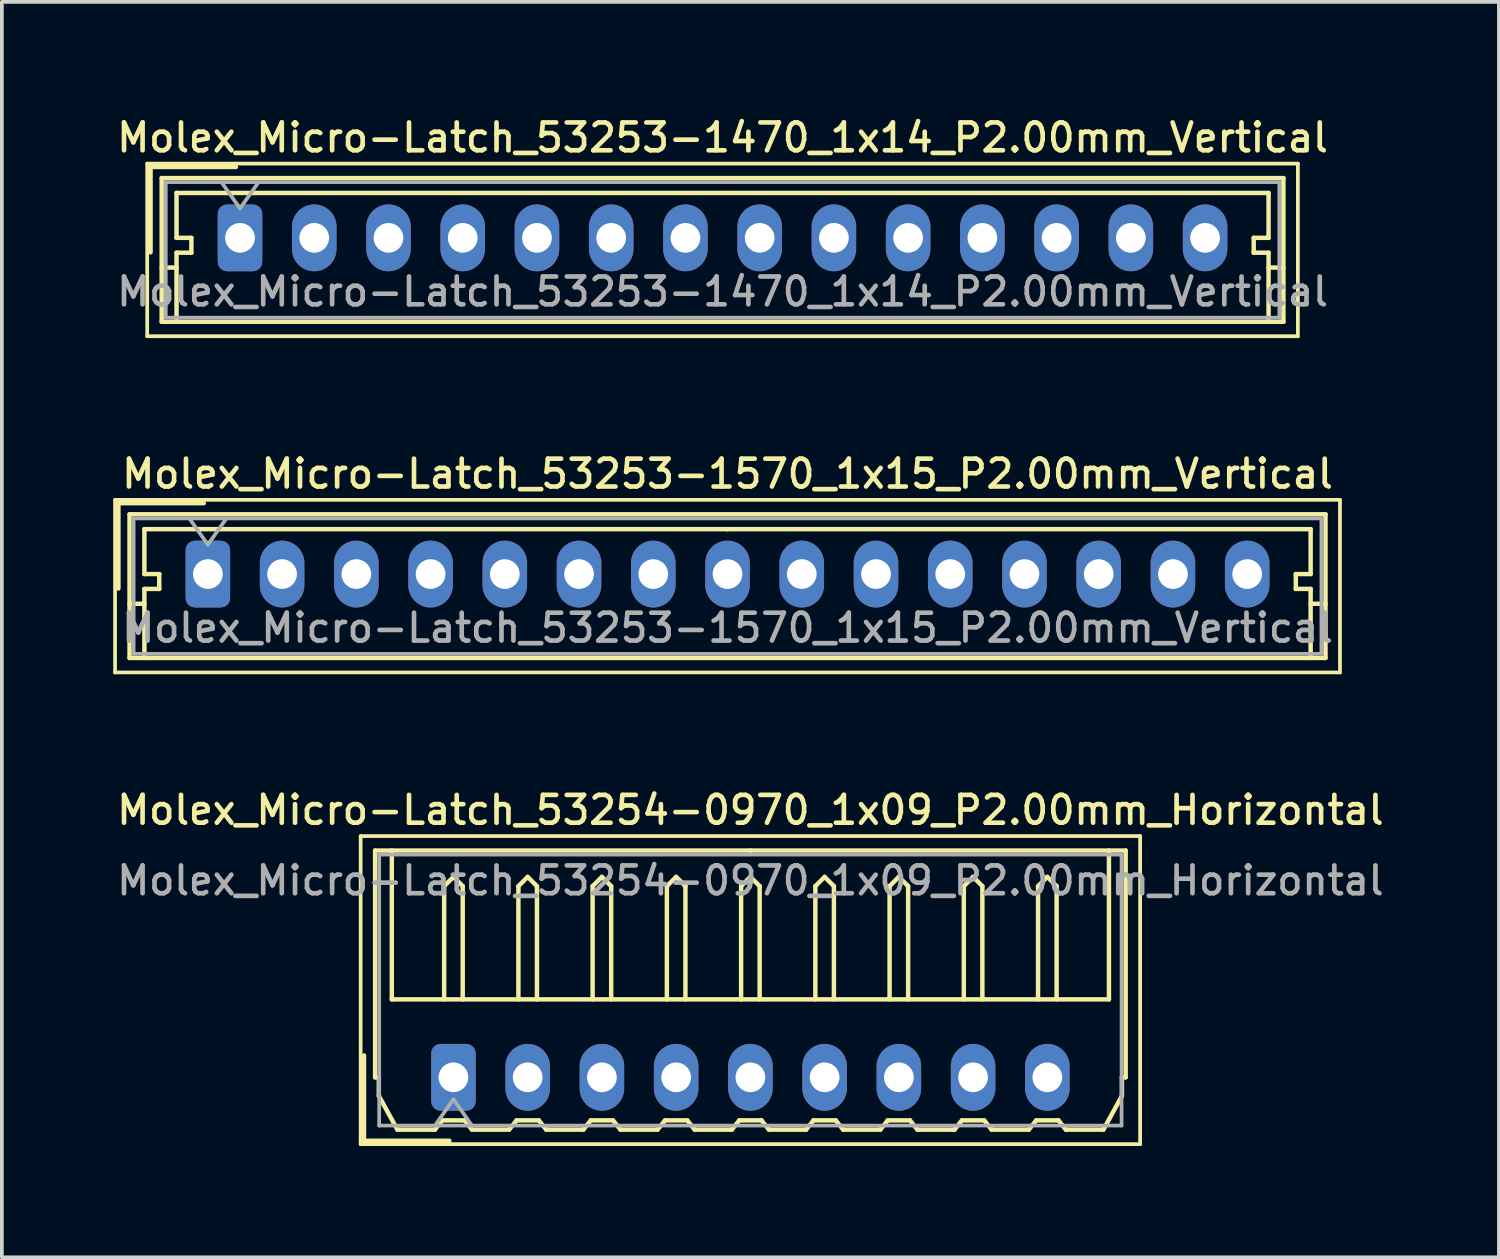
<source format=kicad_pcb>
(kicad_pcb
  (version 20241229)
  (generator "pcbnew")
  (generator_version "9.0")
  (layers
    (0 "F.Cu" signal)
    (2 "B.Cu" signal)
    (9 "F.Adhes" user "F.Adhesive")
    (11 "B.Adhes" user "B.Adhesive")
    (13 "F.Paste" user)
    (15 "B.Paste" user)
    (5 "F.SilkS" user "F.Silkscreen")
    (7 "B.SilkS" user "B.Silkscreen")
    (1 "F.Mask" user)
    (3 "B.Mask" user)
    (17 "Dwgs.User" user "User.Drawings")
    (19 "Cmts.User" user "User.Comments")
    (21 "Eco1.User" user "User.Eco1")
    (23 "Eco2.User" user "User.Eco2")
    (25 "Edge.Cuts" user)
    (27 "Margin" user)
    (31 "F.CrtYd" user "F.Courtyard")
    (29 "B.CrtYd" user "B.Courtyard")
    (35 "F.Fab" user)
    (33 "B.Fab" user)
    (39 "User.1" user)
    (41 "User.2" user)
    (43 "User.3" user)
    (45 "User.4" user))
  (footprint "Molex_Micro-Latch_53253-1470_1x14_P2.00mm_Vertical"
    (layer "F.Cu")
    (at 3.416 3.358)
    (property "Reference" "Molex_Micro-Latch_53253-1470_1x14_P2.00mm_Vertical" (at 13 -2.7 0) (layer "F.SilkS") (effects (font (size 0.75 0.75) (thickness 0.125))))
    (attr through_hole)
    (fp_line (start -2.5 -2) (end -2.5 2.65) (stroke (width 0.1) (type solid)) (layer "F.SilkS"))
    (fp_line (start -2.5 2.65) (end 28.5 2.65) (stroke (width 0.1) (type solid)) (layer "F.SilkS"))
    (fp_line (start -2.41 -1.91) (end -2.41 0.39) (stroke (width 0.12) (type solid)) (layer "F.SilkS"))
    (fp_line (start -2.11 -1.61) (end -2.11 2.26) (stroke (width 0.12) (type solid)) (layer "F.SilkS"))
    (fp_line (start -2.11 0.8) (end -1.71 0.8) (stroke (width 0.12) (type solid)) (layer "F.SilkS"))
    (fp_line (start -2.11 2.26) (end 28.11 2.26) (stroke (width 0.12) (type solid)) (layer "F.SilkS"))
    (fp_line (start -1.71 -1.21) (end -1.71 0) (stroke (width 0.12) (type solid)) (layer "F.SilkS"))
    (fp_line (start -1.71 0) (end -1.31 0) (stroke (width 0.12) (type solid)) (layer "F.SilkS"))
    (fp_line (start -1.71 0.4) (end -1.71 2.26) (stroke (width 0.12) (type solid)) (layer "F.SilkS"))
    (fp_line (start -1.31 0) (end -1.31 0.4) (stroke (width 0.12) (type solid)) (layer "F.SilkS"))
    (fp_line (start -1.31 0.4) (end -1.71 0.4) (stroke (width 0.12) (type solid)) (layer "F.SilkS"))
    (fp_line (start -0.11 -1.91) (end -2.41 -1.91) (stroke (width 0.12) (type solid)) (layer "F.SilkS"))
    (fp_line (start 13 -1.21) (end -1.71 -1.21) (stroke (width 0.12) (type solid)) (layer "F.SilkS"))
    (fp_line (start 13 -1.21) (end 27.71 -1.21) (stroke (width 0.12) (type solid)) (layer "F.SilkS"))
    (fp_line (start 27.31 0) (end 27.31 0.4) (stroke (width 0.12) (type solid)) (layer "F.SilkS"))
    (fp_line (start 27.31 0.4) (end 27.71 0.4) (stroke (width 0.12) (type solid)) (layer "F.SilkS"))
    (fp_line (start 27.71 -1.21) (end 27.71 0) (stroke (width 0.12) (type solid)) (layer "F.SilkS"))
    (fp_line (start 27.71 0) (end 27.31 0) (stroke (width 0.12) (type solid)) (layer "F.SilkS"))
    (fp_line (start 27.71 0.4) (end 27.71 2.26) (stroke (width 0.12) (type solid)) (layer "F.SilkS"))
    (fp_line (start 28.11 -1.61) (end -2.11 -1.61) (stroke (width 0.12) (type solid)) (layer "F.SilkS"))
    (fp_line (start 28.11 0.8) (end 27.71 0.8) (stroke (width 0.12) (type solid)) (layer "F.SilkS"))
    (fp_line (start 28.11 2.26) (end 28.11 -1.61) (stroke (width 0.12) (type solid)) (layer "F.SilkS"))
    (fp_line (start 28.5 -2) (end -2.5 -2) (stroke (width 0.1) (type solid)) (layer "F.SilkS"))
    (fp_line (start 28.5 2.65) (end 28.5 -2) (stroke (width 0.1) (type solid)) (layer "F.SilkS"))
    (fp_line (start -2 -1.5) (end -2 2.15) (stroke (width 0.1) (type solid)) (layer "F.Fab"))
    (fp_line (start -2 2.15) (end 28 2.15) (stroke (width 0.1) (type solid)) (layer "F.Fab"))
    (fp_line (start -0.5 -1.5) (end 0 -0.793) (stroke (width 0.1) (type solid)) (layer "F.Fab"))
    (fp_line (start 0 -0.793) (end 0.5 -1.5) (stroke (width 0.1) (type solid)) (layer "F.Fab"))
    (fp_line (start 28 -1.5) (end -2 -1.5) (stroke (width 0.1) (type solid)) (layer "F.Fab"))
    (fp_line (start 28 2.15) (end 28 -1.5) (stroke (width 0.1) (type solid)) (layer "F.Fab"))
    (fp_text user "${REFERENCE}" (at 13 1.45 0) (layer "F.Fab") (effects (font (size 0.75 0.75) (thickness 0.125))))
    (pad "1" thru_hole roundrect (at 0 0) (size 1.2 1.8) (drill 0.8) (layers "*.Cu" "*.Mask") (roundrect_rratio 0.208))
    (pad "2" thru_hole oval (at 2 0) (size 1.2 1.8) (drill 0.8) (layers "*.Cu" "*.Mask"))
    (pad "3" thru_hole oval (at 4 0) (size 1.2 1.8) (drill 0.8) (layers "*.Cu" "*.Mask"))
    (pad "4" thru_hole oval (at 6 0) (size 1.2 1.8) (drill 0.8) (layers "*.Cu" "*.Mask"))
    (pad "5" thru_hole oval (at 8 0) (size 1.2 1.8) (drill 0.8) (layers "*.Cu" "*.Mask"))
    (pad "6" thru_hole oval (at 10 0) (size 1.2 1.8) (drill 0.8) (layers "*.Cu" "*.Mask"))
    (pad "7" thru_hole oval (at 12 0) (size 1.2 1.8) (drill 0.8) (layers "*.Cu" "*.Mask"))
    (pad "8" thru_hole oval (at 14 0) (size 1.2 1.8) (drill 0.8) (layers "*.Cu" "*.Mask"))
    (pad "9" thru_hole oval (at 16 0) (size 1.2 1.8) (drill 0.8) (layers "*.Cu" "*.Mask"))
    (pad "10" thru_hole oval (at 18 0) (size 1.2 1.8) (drill 0.8) (layers "*.Cu" "*.Mask"))
    (pad "11" thru_hole oval (at 20 0) (size 1.2 1.8) (drill 0.8) (layers "*.Cu" "*.Mask"))
    (pad "12" thru_hole oval (at 22 0) (size 1.2 1.8) (drill 0.8) (layers "*.Cu" "*.Mask"))
    (pad "13" thru_hole oval (at 24 0) (size 1.2 1.8) (drill 0.8) (layers "*.Cu" "*.Mask"))
    (pad "14" thru_hole oval (at 26 0) (size 1.2 1.8) (drill 0.8) (layers "*.Cu" "*.Mask")))
  (footprint "Molex_Micro-Latch_53254-0970_1x09_P2.00mm_Horizontal"
    (layer "F.Cu")
    (at 9.166 25.974)
    (property "Reference" "Molex_Micro-Latch_53254-0970_1x09_P2.00mm_Horizontal" (at 8 -7.2 0) (layer "F.SilkS") (effects (font (size 0.75 0.75) (thickness 0.125))))
    (attr through_hole)
    (fp_line (start -2.5 -6.5) (end -2.5 1.8) (stroke (width 0.1) (type solid)) (layer "F.SilkS"))
    (fp_line (start -2.5 1.8) (end 18.5 1.8) (stroke (width 0.1) (type solid)) (layer "F.SilkS"))
    (fp_line (start -2.41 1.71) (end -2.41 -0.59) (stroke (width 0.12) (type solid)) (layer "F.SilkS"))
    (fp_line (start -2.11 -6.11) (end 8 -6.11) (stroke (width 0.12) (type solid)) (layer "F.SilkS"))
    (fp_line (start -2.11 0) (end -2.11 -6.11) (stroke (width 0.12) (type solid)) (layer "F.SilkS"))
    (fp_line (start -2.01 0) (end -2.11 0) (stroke (width 0.12) (type solid)) (layer "F.SilkS"))
    (fp_line (start -2.01 0.5) (end -2.01 0) (stroke (width 0.12) (type solid)) (layer "F.SilkS"))
    (fp_line (start -1.66 -6.11) (end -1.66 -2.1) (stroke (width 0.12) (type solid)) (layer "F.SilkS"))
    (fp_line (start -1.66 -2.1) (end 17.66 -2.1) (stroke (width 0.12) (type solid)) (layer "F.SilkS"))
    (fp_line (start -1.51 1.41) (end -2.01 0.5) (stroke (width 0.12) (type solid)) (layer "F.SilkS"))
    (fp_line (start -0.5 1.41) (end -1.51 1.41) (stroke (width 0.12) (type solid)) (layer "F.SilkS"))
    (fp_line (start -0.3 1.16) (end -0.5 1.41) (stroke (width 0.12) (type solid)) (layer "F.SilkS"))
    (fp_line (start -0.3 1.16) (end 0.3 1.16) (stroke (width 0.12) (type solid)) (layer "F.SilkS"))
    (fp_line (start -0.25 -5.15) (end 0 -5.4) (stroke (width 0.12) (type solid)) (layer "F.SilkS"))
    (fp_line (start -0.25 -2.1) (end -0.25 -5.15) (stroke (width 0.12) (type solid)) (layer "F.SilkS"))
    (fp_line (start -0.11 1.71) (end -2.41 1.71) (stroke (width 0.12) (type solid)) (layer "F.SilkS"))
    (fp_line (start 0 -5.4) (end 0.25 -5.15) (stroke (width 0.12) (type solid)) (layer "F.SilkS"))
    (fp_line (start 0.25 -5.15) (end 0.25 -2.1) (stroke (width 0.12) (type solid)) (layer "F.SilkS"))
    (fp_line (start 0.3 1.16) (end 0.5 1.41) (stroke (width 0.12) (type solid)) (layer "F.SilkS"))
    (fp_line (start 0.5 1.41) (end 1.5 1.41) (stroke (width 0.12) (type solid)) (layer "F.SilkS"))
    (fp_line (start 1.5 1.41) (end 1.7 1.16) (stroke (width 0.12) (type solid)) (layer "F.SilkS"))
    (fp_line (start 1.7 1.16) (end 2.3 1.16) (stroke (width 0.12) (type solid)) (layer "F.SilkS"))
    (fp_line (start 1.75 -5.15) (end 2 -5.4) (stroke (width 0.12) (type solid)) (layer "F.SilkS"))
    (fp_line (start 1.75 -2.1) (end 1.75 -5.15) (stroke (width 0.12) (type solid)) (layer "F.SilkS"))
    (fp_line (start 2 -5.4) (end 2.25 -5.15) (stroke (width 0.12) (type solid)) (layer "F.SilkS"))
    (fp_line (start 2.25 -5.15) (end 2.25 -2.1) (stroke (width 0.12) (type solid)) (layer "F.SilkS"))
    (fp_line (start 2.3 1.16) (end 2.5 1.41) (stroke (width 0.12) (type solid)) (layer "F.SilkS"))
    (fp_line (start 2.5 1.41) (end 3.5 1.41) (stroke (width 0.12) (type solid)) (layer "F.SilkS"))
    (fp_line (start 3.5 1.41) (end 3.7 1.16) (stroke (width 0.12) (type solid)) (layer "F.SilkS"))
    (fp_line (start 3.7 1.16) (end 4.3 1.16) (stroke (width 0.12) (type solid)) (layer "F.SilkS"))
    (fp_line (start 3.75 -5.15) (end 4 -5.4) (stroke (width 0.12) (type solid)) (layer "F.SilkS"))
    (fp_line (start 3.75 -2.1) (end 3.75 -5.15) (stroke (width 0.12) (type solid)) (layer "F.SilkS"))
    (fp_line (start 4 -5.4) (end 4.25 -5.15) (stroke (width 0.12) (type solid)) (layer "F.SilkS"))
    (fp_line (start 4.25 -5.15) (end 4.25 -2.1) (stroke (width 0.12) (type solid)) (layer "F.SilkS"))
    (fp_line (start 4.3 1.16) (end 4.5 1.41) (stroke (width 0.12) (type solid)) (layer "F.SilkS"))
    (fp_line (start 4.5 1.41) (end 5.5 1.41) (stroke (width 0.12) (type solid)) (layer "F.SilkS"))
    (fp_line (start 5.5 1.41) (end 5.7 1.16) (stroke (width 0.12) (type solid)) (layer "F.SilkS"))
    (fp_line (start 5.7 1.16) (end 6.3 1.16) (stroke (width 0.12) (type solid)) (layer "F.SilkS"))
    (fp_line (start 5.75 -5.15) (end 6 -5.4) (stroke (width 0.12) (type solid)) (layer "F.SilkS"))
    (fp_line (start 5.75 -2.1) (end 5.75 -5.15) (stroke (width 0.12) (type solid)) (layer "F.SilkS"))
    (fp_line (start 6 -5.4) (end 6.25 -5.15) (stroke (width 0.12) (type solid)) (layer "F.SilkS"))
    (fp_line (start 6.25 -5.15) (end 6.25 -2.1) (stroke (width 0.12) (type solid)) (layer "F.SilkS"))
    (fp_line (start 6.3 1.16) (end 6.5 1.41) (stroke (width 0.12) (type solid)) (layer "F.SilkS"))
    (fp_line (start 6.5 1.41) (end 7.5 1.41) (stroke (width 0.12) (type solid)) (layer "F.SilkS"))
    (fp_line (start 7.5 1.41) (end 7.7 1.16) (stroke (width 0.12) (type solid)) (layer "F.SilkS"))
    (fp_line (start 7.7 1.16) (end 8.3 1.16) (stroke (width 0.12) (type solid)) (layer "F.SilkS"))
    (fp_line (start 7.75 -5.15) (end 8 -5.4) (stroke (width 0.12) (type solid)) (layer "F.SilkS"))
    (fp_line (start 7.75 -2.1) (end 7.75 -5.15) (stroke (width 0.12) (type solid)) (layer "F.SilkS"))
    (fp_line (start 8 -5.4) (end 8.25 -5.15) (stroke (width 0.12) (type solid)) (layer "F.SilkS"))
    (fp_line (start 8.25 -5.15) (end 8.25 -2.1) (stroke (width 0.12) (type solid)) (layer "F.SilkS"))
    (fp_line (start 8.3 1.16) (end 8.5 1.41) (stroke (width 0.12) (type solid)) (layer "F.SilkS"))
    (fp_line (start 8.5 1.41) (end 9.5 1.41) (stroke (width 0.12) (type solid)) (layer "F.SilkS"))
    (fp_line (start 9.5 1.41) (end 9.7 1.16) (stroke (width 0.12) (type solid)) (layer "F.SilkS"))
    (fp_line (start 9.7 1.16) (end 10.3 1.16) (stroke (width 0.12) (type solid)) (layer "F.SilkS"))
    (fp_line (start 9.75 -5.15) (end 10 -5.4) (stroke (width 0.12) (type solid)) (layer "F.SilkS"))
    (fp_line (start 9.75 -2.1) (end 9.75 -5.15) (stroke (width 0.12) (type solid)) (layer "F.SilkS"))
    (fp_line (start 10 -5.4) (end 10.25 -5.15) (stroke (width 0.12) (type solid)) (layer "F.SilkS"))
    (fp_line (start 10.25 -5.15) (end 10.25 -2.1) (stroke (width 0.12) (type solid)) (layer "F.SilkS"))
    (fp_line (start 10.3 1.16) (end 10.5 1.41) (stroke (width 0.12) (type solid)) (layer "F.SilkS"))
    (fp_line (start 10.5 1.41) (end 11.5 1.41) (stroke (width 0.12) (type solid)) (layer "F.SilkS"))
    (fp_line (start 11.5 1.41) (end 11.7 1.16) (stroke (width 0.12) (type solid)) (layer "F.SilkS"))
    (fp_line (start 11.7 1.16) (end 12.3 1.16) (stroke (width 0.12) (type solid)) (layer "F.SilkS"))
    (fp_line (start 11.75 -5.15) (end 12 -5.4) (stroke (width 0.12) (type solid)) (layer "F.SilkS"))
    (fp_line (start 11.75 -2.1) (end 11.75 -5.15) (stroke (width 0.12) (type solid)) (layer "F.SilkS"))
    (fp_line (start 12 -5.4) (end 12.25 -5.15) (stroke (width 0.12) (type solid)) (layer "F.SilkS"))
    (fp_line (start 12.25 -5.15) (end 12.25 -2.1) (stroke (width 0.12) (type solid)) (layer "F.SilkS"))
    (fp_line (start 12.3 1.16) (end 12.5 1.41) (stroke (width 0.12) (type solid)) (layer "F.SilkS"))
    (fp_line (start 12.5 1.41) (end 13.5 1.41) (stroke (width 0.12) (type solid)) (layer "F.SilkS"))
    (fp_line (start 13.5 1.41) (end 13.7 1.16) (stroke (width 0.12) (type solid)) (layer "F.SilkS"))
    (fp_line (start 13.7 1.16) (end 14.3 1.16) (stroke (width 0.12) (type solid)) (layer "F.SilkS"))
    (fp_line (start 13.75 -5.15) (end 14 -5.4) (stroke (width 0.12) (type solid)) (layer "F.SilkS"))
    (fp_line (start 13.75 -2.1) (end 13.75 -5.15) (stroke (width 0.12) (type solid)) (layer "F.SilkS"))
    (fp_line (start 14 -5.4) (end 14.25 -5.15) (stroke (width 0.12) (type solid)) (layer "F.SilkS"))
    (fp_line (start 14.25 -5.15) (end 14.25 -2.1) (stroke (width 0.12) (type solid)) (layer "F.SilkS"))
    (fp_line (start 14.3 1.16) (end 14.5 1.41) (stroke (width 0.12) (type solid)) (layer "F.SilkS"))
    (fp_line (start 14.5 1.41) (end 15.5 1.41) (stroke (width 0.12) (type solid)) (layer "F.SilkS"))
    (fp_line (start 15.5 1.41) (end 15.7 1.16) (stroke (width 0.12) (type solid)) (layer "F.SilkS"))
    (fp_line (start 15.7 1.16) (end 16.3 1.16) (stroke (width 0.12) (type solid)) (layer "F.SilkS"))
    (fp_line (start 15.75 -5.15) (end 16 -5.4) (stroke (width 0.12) (type solid)) (layer "F.SilkS"))
    (fp_line (start 15.75 -2.1) (end 15.75 -5.15) (stroke (width 0.12) (type solid)) (layer "F.SilkS"))
    (fp_line (start 16 -5.4) (end 16.25 -5.15) (stroke (width 0.12) (type solid)) (layer "F.SilkS"))
    (fp_line (start 16.25 -5.15) (end 16.25 -2.1) (stroke (width 0.12) (type solid)) (layer "F.SilkS"))
    (fp_line (start 16.3 1.16) (end 16.5 1.41) (stroke (width 0.12) (type solid)) (layer "F.SilkS"))
    (fp_line (start 16.5 1.41) (end 17.51 1.41) (stroke (width 0.12) (type solid)) (layer "F.SilkS"))
    (fp_line (start 17.51 1.41) (end 18.01 0.5) (stroke (width 0.12) (type solid)) (layer "F.SilkS"))
    (fp_line (start 17.66 -2.1) (end 17.66 -6.11) (stroke (width 0.12) (type solid)) (layer "F.SilkS"))
    (fp_line (start 18.01 0) (end 18.11 0) (stroke (width 0.12) (type solid)) (layer "F.SilkS"))
    (fp_line (start 18.01 0.5) (end 18.01 0) (stroke (width 0.12) (type solid)) (layer "F.SilkS"))
    (fp_line (start 18.11 -6.11) (end 8 -6.11) (stroke (width 0.12) (type solid)) (layer "F.SilkS"))
    (fp_line (start 18.11 0) (end 18.11 -6.11) (stroke (width 0.12) (type solid)) (layer "F.SilkS"))
    (fp_line (start 18.5 -6.5) (end -2.5 -6.5) (stroke (width 0.1) (type solid)) (layer "F.SilkS"))
    (fp_line (start 18.5 1.8) (end 18.5 -6.5) (stroke (width 0.1) (type solid)) (layer "F.SilkS"))
    (fp_line (start -2 -6) (end -2 1.3) (stroke (width 0.1) (type solid)) (layer "F.Fab"))
    (fp_line (start -2 1.3) (end 18 1.3) (stroke (width 0.1) (type solid)) (layer "F.Fab"))
    (fp_line (start -0.5 1.3) (end 0 0.593) (stroke (width 0.1) (type solid)) (layer "F.Fab"))
    (fp_line (start 0 0.593) (end 0.5 1.3) (stroke (width 0.1) (type solid)) (layer "F.Fab"))
    (fp_line (start 18 -6) (end -2 -6) (stroke (width 0.1) (type solid)) (layer "F.Fab"))
    (fp_line (start 18 1.3) (end 18 -6) (stroke (width 0.1) (type solid)) (layer "F.Fab"))
    (fp_text user "${REFERENCE}" (at 8 -5.3 0) (layer "F.Fab") (effects (font (size 0.75 0.75) (thickness 0.125))))
    (pad "1" thru_hole roundrect (at 0 0) (size 1.2 1.8) (drill 0.8) (layers "*.Cu" "*.Mask") (roundrect_rratio 0.208))
    (pad "2" thru_hole oval (at 2 0) (size 1.2 1.8) (drill 0.8) (layers "*.Cu" "*.Mask"))
    (pad "3" thru_hole oval (at 4 0) (size 1.2 1.8) (drill 0.8) (layers "*.Cu" "*.Mask"))
    (pad "4" thru_hole oval (at 6 0) (size 1.2 1.8) (drill 0.8) (layers "*.Cu" "*.Mask"))
    (pad "5" thru_hole oval (at 8 0) (size 1.2 1.8) (drill 0.8) (layers "*.Cu" "*.Mask"))
    (pad "6" thru_hole oval (at 10 0) (size 1.2 1.8) (drill 0.8) (layers "*.Cu" "*.Mask"))
    (pad "7" thru_hole oval (at 12 0) (size 1.2 1.8) (drill 0.8) (layers "*.Cu" "*.Mask"))
    (pad "8" thru_hole oval (at 14 0) (size 1.2 1.8) (drill 0.8) (layers "*.Cu" "*.Mask"))
    (pad "9" thru_hole oval (at 16 0) (size 1.2 1.8) (drill 0.8) (layers "*.Cu" "*.Mask")))
  (footprint "Molex_Micro-Latch_53253-1570_1x15_P2.00mm_Vertical"
    (layer "F.Cu")
    (at 2.55 12.416)
    (property "Reference" "Molex_Micro-Latch_53253-1570_1x15_P2.00mm_Vertical" (at 14 -2.7 0) (layer "F.SilkS") (effects (font (size 0.75 0.75) (thickness 0.125))))
    (attr through_hole)
    (fp_line (start -2.5 -2) (end -2.5 2.65) (stroke (width 0.1) (type solid)) (layer "F.SilkS"))
    (fp_line (start -2.5 2.65) (end 30.5 2.65) (stroke (width 0.1) (type solid)) (layer "F.SilkS"))
    (fp_line (start -2.41 -1.91) (end -2.41 0.39) (stroke (width 0.12) (type solid)) (layer "F.SilkS"))
    (fp_line (start -2.11 -1.61) (end -2.11 2.26) (stroke (width 0.12) (type solid)) (layer "F.SilkS"))
    (fp_line (start -2.11 0.8) (end -1.71 0.8) (stroke (width 0.12) (type solid)) (layer "F.SilkS"))
    (fp_line (start -2.11 2.26) (end 30.11 2.26) (stroke (width 0.12) (type solid)) (layer "F.SilkS"))
    (fp_line (start -1.71 -1.21) (end -1.71 0) (stroke (width 0.12) (type solid)) (layer "F.SilkS"))
    (fp_line (start -1.71 0) (end -1.31 0) (stroke (width 0.12) (type solid)) (layer "F.SilkS"))
    (fp_line (start -1.71 0.4) (end -1.71 2.26) (stroke (width 0.12) (type solid)) (layer "F.SilkS"))
    (fp_line (start -1.31 0) (end -1.31 0.4) (stroke (width 0.12) (type solid)) (layer "F.SilkS"))
    (fp_line (start -1.31 0.4) (end -1.71 0.4) (stroke (width 0.12) (type solid)) (layer "F.SilkS"))
    (fp_line (start -0.11 -1.91) (end -2.41 -1.91) (stroke (width 0.12) (type solid)) (layer "F.SilkS"))
    (fp_line (start 14 -1.21) (end -1.71 -1.21) (stroke (width 0.12) (type solid)) (layer "F.SilkS"))
    (fp_line (start 14 -1.21) (end 29.71 -1.21) (stroke (width 0.12) (type solid)) (layer "F.SilkS"))
    (fp_line (start 29.31 0) (end 29.31 0.4) (stroke (width 0.12) (type solid)) (layer "F.SilkS"))
    (fp_line (start 29.31 0.4) (end 29.71 0.4) (stroke (width 0.12) (type solid)) (layer "F.SilkS"))
    (fp_line (start 29.71 -1.21) (end 29.71 0) (stroke (width 0.12) (type solid)) (layer "F.SilkS"))
    (fp_line (start 29.71 0) (end 29.31 0) (stroke (width 0.12) (type solid)) (layer "F.SilkS"))
    (fp_line (start 29.71 0.4) (end 29.71 2.26) (stroke (width 0.12) (type solid)) (layer "F.SilkS"))
    (fp_line (start 30.11 -1.61) (end -2.11 -1.61) (stroke (width 0.12) (type solid)) (layer "F.SilkS"))
    (fp_line (start 30.11 0.8) (end 29.71 0.8) (stroke (width 0.12) (type solid)) (layer "F.SilkS"))
    (fp_line (start 30.11 2.26) (end 30.11 -1.61) (stroke (width 0.12) (type solid)) (layer "F.SilkS"))
    (fp_line (start 30.5 -2) (end -2.5 -2) (stroke (width 0.1) (type solid)) (layer "F.SilkS"))
    (fp_line (start 30.5 2.65) (end 30.5 -2) (stroke (width 0.1) (type solid)) (layer "F.SilkS"))
    (fp_line (start -2 -1.5) (end -2 2.15) (stroke (width 0.1) (type solid)) (layer "F.Fab"))
    (fp_line (start -2 2.15) (end 30 2.15) (stroke (width 0.1) (type solid)) (layer "F.Fab"))
    (fp_line (start -0.5 -1.5) (end 0 -0.793) (stroke (width 0.1) (type solid)) (layer "F.Fab"))
    (fp_line (start 0 -0.793) (end 0.5 -1.5) (stroke (width 0.1) (type solid)) (layer "F.Fab"))
    (fp_line (start 30 -1.5) (end -2 -1.5) (stroke (width 0.1) (type solid)) (layer "F.Fab"))
    (fp_line (start 30 2.15) (end 30 -1.5) (stroke (width 0.1) (type solid)) (layer "F.Fab"))
    (fp_text user "${REFERENCE}" (at 14 1.45 0) (layer "F.Fab") (effects (font (size 0.75 0.75) (thickness 0.125))))
    (pad "1" thru_hole roundrect (at 0 0) (size 1.2 1.8) (drill 0.8) (layers "*.Cu" "*.Mask") (roundrect_rratio 0.208))
    (pad "2" thru_hole oval (at 2 0) (size 1.2 1.8) (drill 0.8) (layers "*.Cu" "*.Mask"))
    (pad "3" thru_hole oval (at 4 0) (size 1.2 1.8) (drill 0.8) (layers "*.Cu" "*.Mask"))
    (pad "4" thru_hole oval (at 6 0) (size 1.2 1.8) (drill 0.8) (layers "*.Cu" "*.Mask"))
    (pad "5" thru_hole oval (at 8 0) (size 1.2 1.8) (drill 0.8) (layers "*.Cu" "*.Mask"))
    (pad "6" thru_hole oval (at 10 0) (size 1.2 1.8) (drill 0.8) (layers "*.Cu" "*.Mask"))
    (pad "7" thru_hole oval (at 12 0) (size 1.2 1.8) (drill 0.8) (layers "*.Cu" "*.Mask"))
    (pad "8" thru_hole oval (at 14 0) (size 1.2 1.8) (drill 0.8) (layers "*.Cu" "*.Mask"))
    (pad "9" thru_hole oval (at 16 0) (size 1.2 1.8) (drill 0.8) (layers "*.Cu" "*.Mask"))
    (pad "10" thru_hole oval (at 18 0) (size 1.2 1.8) (drill 0.8) (layers "*.Cu" "*.Mask"))
    (pad "11" thru_hole oval (at 20 0) (size 1.2 1.8) (drill 0.8) (layers "*.Cu" "*.Mask"))
    (pad "12" thru_hole oval (at 22 0) (size 1.2 1.8) (drill 0.8) (layers "*.Cu" "*.Mask"))
    (pad "13" thru_hole oval (at 24 0) (size 1.2 1.8) (drill 0.8) (layers "*.Cu" "*.Mask"))
    (pad "14" thru_hole oval (at 26 0) (size 1.2 1.8) (drill 0.8) (layers "*.Cu" "*.Mask"))
    (pad "15" thru_hole oval (at 28 0) (size 1.2 1.8) (drill 0.8) (layers "*.Cu" "*.Mask")))
  (gr_rect
    (start -3 -3)
    (end 37.332 30.824)
    (stroke (width 0.1) (type default))
    (fill no)
    (layer "Edge.Cuts")))
</source>
